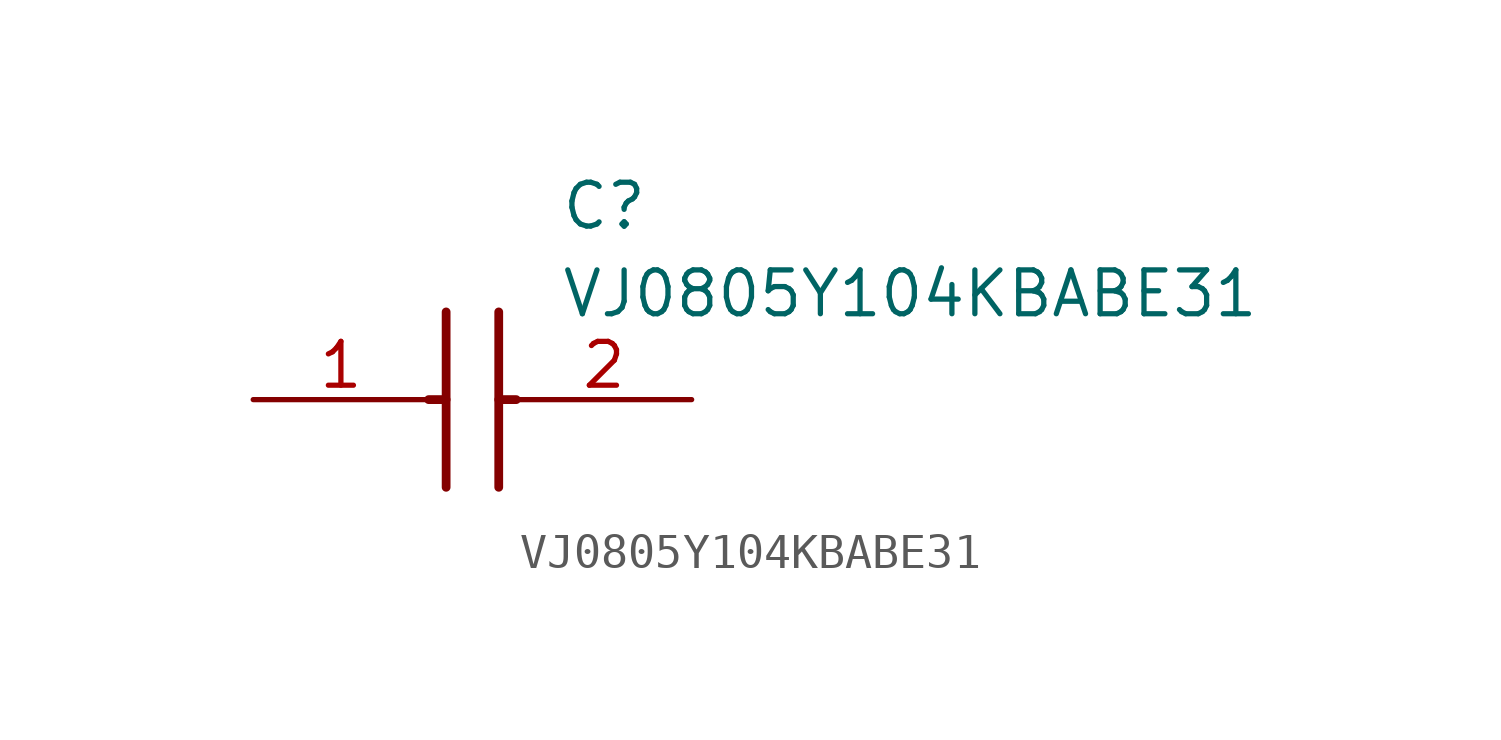
<source format=kicad_sym>
(kicad_symbol_lib
  (version 20211014)
  (generator SamacSys_ECAD_Model)
  (symbol "VJ0805Y104KBABE31"
    (pin_names hide)
    (property "Reference" "C"
      (at 8.89 6.35 0)
      (effects (font (size 1.27 1.27)) (justify left top)))
    (property "Value" "VJ0805Y104KBABE31"
      (at 8.89 3.81 0)
      (effects (font (size 1.27 1.27)) (justify left top)))
    (polyline
      (pts (xy 5.588 2.54) (xy 5.588 -2.54))
      (stroke (width 0.254) (type default))
      (fill (type none)))
    (polyline
      (pts (xy 7.112 2.54) (xy 7.112 -2.54))
      (stroke (width 0.254) (type default))
      (fill (type none)))
    (polyline
      (pts (xy 5.08 0) (xy 5.588 0))
      (stroke (width 0.254) (type default))
      (fill (type none)))
    (polyline
      (pts (xy 7.112 0) (xy 7.62 0))
      (stroke (width 0.254) (type default))
      (fill (type none)))
    (pin passive line
      (at 0 0 0)
      (length 5.08)
      (name "1" (effects (font (size 1.27 1.27))))
      (number "1" (effects (font (size 1.27 1.27)))))
    (pin passive line
      (at 12.7 0 180)
      (length 5.08)
      (name "2" (effects (font (size 1.27 1.27))))
      (number "2" (effects (font (size 1.27 1.27)))))))
</source>
